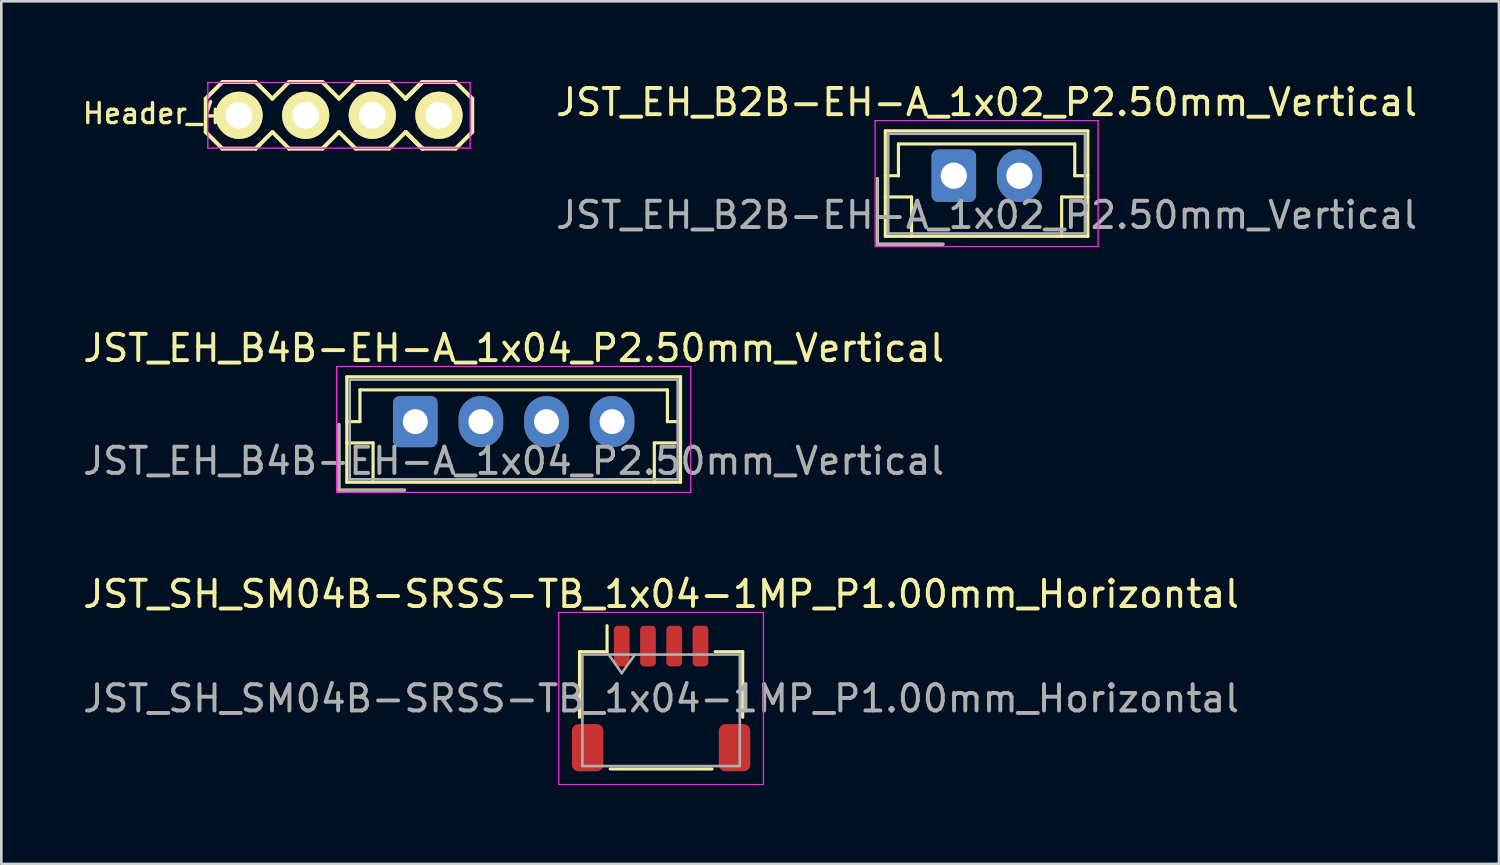
<source format=kicad_pcb>
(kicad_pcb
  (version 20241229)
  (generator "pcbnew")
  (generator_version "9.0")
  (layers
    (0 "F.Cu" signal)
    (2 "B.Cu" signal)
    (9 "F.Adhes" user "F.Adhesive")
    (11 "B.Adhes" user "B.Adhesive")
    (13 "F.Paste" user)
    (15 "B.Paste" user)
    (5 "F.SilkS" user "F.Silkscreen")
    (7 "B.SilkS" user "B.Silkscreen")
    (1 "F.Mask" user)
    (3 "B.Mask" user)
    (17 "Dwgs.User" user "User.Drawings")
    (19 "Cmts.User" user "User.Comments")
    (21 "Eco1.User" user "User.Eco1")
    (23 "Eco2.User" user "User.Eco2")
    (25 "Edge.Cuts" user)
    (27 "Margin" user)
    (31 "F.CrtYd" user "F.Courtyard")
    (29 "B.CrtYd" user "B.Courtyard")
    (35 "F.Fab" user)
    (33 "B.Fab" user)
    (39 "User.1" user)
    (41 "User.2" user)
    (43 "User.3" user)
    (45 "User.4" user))
  (footprint "JST_EH_B2B-EH-A_1x02_P2.50mm_Vertical"
    (layer "F.Cu")
    (at 33.306 3.648)
    (property "Reference" "JST_EH_B2B-EH-A_1x02_P2.50mm_Vertical" (at 1.25 -2.8 0) (layer "F.SilkS") (effects (font (size 1 1) (thickness 0.15))))
    (attr through_hole)
    (fp_line (start -2.91 0.11) (end -2.91 2.61) (stroke (width 0.12) (type solid)) (layer "F.SilkS"))
    (fp_line (start -2.91 2.61) (end -0.41 2.61) (stroke (width 0.12) (type solid)) (layer "F.SilkS"))
    (fp_line (start -2.61 -1.71) (end -2.61 2.31) (stroke (width 0.12) (type solid)) (layer "F.SilkS"))
    (fp_line (start -2.61 0) (end -2.11 0) (stroke (width 0.12) (type solid)) (layer "F.SilkS"))
    (fp_line (start -2.61 0.81) (end -1.61 0.81) (stroke (width 0.12) (type solid)) (layer "F.SilkS"))
    (fp_line (start -2.61 2.31) (end 5.11 2.31) (stroke (width 0.12) (type solid)) (layer "F.SilkS"))
    (fp_line (start -2.11 -1.21) (end 4.61 -1.21) (stroke (width 0.12) (type solid)) (layer "F.SilkS"))
    (fp_line (start -2.11 0) (end -2.11 -1.21) (stroke (width 0.12) (type solid)) (layer "F.SilkS"))
    (fp_line (start -1.61 0.81) (end -1.61 2.31) (stroke (width 0.12) (type solid)) (layer "F.SilkS"))
    (fp_line (start 4.11 0.81) (end 4.11 2.31) (stroke (width 0.12) (type solid)) (layer "F.SilkS"))
    (fp_line (start 4.61 -1.21) (end 4.61 0) (stroke (width 0.12) (type solid)) (layer "F.SilkS"))
    (fp_line (start 4.61 0) (end 5.11 0) (stroke (width 0.12) (type solid)) (layer "F.SilkS"))
    (fp_line (start 5.11 -1.71) (end -2.61 -1.71) (stroke (width 0.12) (type solid)) (layer "F.SilkS"))
    (fp_line (start 5.11 0.81) (end 4.11 0.81) (stroke (width 0.12) (type solid)) (layer "F.SilkS"))
    (fp_line (start 5.11 2.31) (end 5.11 -1.71) (stroke (width 0.12) (type solid)) (layer "F.SilkS"))
    (fp_line (start -3 -2.1) (end -3 2.7) (stroke (width 0.05) (type solid)) (layer "F.CrtYd"))
    (fp_line (start -3 2.7) (end 5.5 2.7) (stroke (width 0.05) (type solid)) (layer "F.CrtYd"))
    (fp_line (start 5.5 -2.1) (end -3 -2.1) (stroke (width 0.05) (type solid)) (layer "F.CrtYd"))
    (fp_line (start 5.5 2.7) (end 5.5 -2.1) (stroke (width 0.05) (type solid)) (layer "F.CrtYd"))
    (fp_line (start -2.91 0.11) (end -2.91 2.61) (stroke (width 0.1) (type solid)) (layer "F.Fab"))
    (fp_line (start -2.91 2.61) (end -0.41 2.61) (stroke (width 0.1) (type solid)) (layer "F.Fab"))
    (fp_line (start -2.5 -1.6) (end -2.5 2.2) (stroke (width 0.1) (type solid)) (layer "F.Fab"))
    (fp_line (start -2.5 2.2) (end 5 2.2) (stroke (width 0.1) (type solid)) (layer "F.Fab"))
    (fp_line (start 5 -1.6) (end -2.5 -1.6) (stroke (width 0.1) (type solid)) (layer "F.Fab"))
    (fp_line (start 5 2.2) (end 5 -1.6) (stroke (width 0.1) (type solid)) (layer "F.Fab"))
    (fp_text user "${REFERENCE}" (at 1.25 1.5 0) (layer "F.Fab") (effects (font (size 1 1) (thickness 0.15))))
    (pad "1" thru_hole roundrect (at 0 0) (size 1.7 2) (drill 1) (layers "*.Cu" "*.Mask") (roundrect_rratio 0.147))
    (pad "2" thru_hole oval (at 2.5 0) (size 1.7 2) (drill 1) (layers "*.Cu" "*.Mask")))
  (footprint "Header_4x1"
    (layer "F.Cu")
    (at 9.871 1.346)
    (property "Reference" "Header_4x1" (at -6.455 -0.07 0) (layer "F.SilkS") (effects (font (size 0.762 0.762) (thickness 0.127))))
    (attr smd)
    (fp_line (start -5.08 -0.635) (end -5.08 0.635) (stroke (width 0.15) (type solid)) (layer "F.SilkS"))
    (fp_line (start -5.08 0.635) (end -4.445 1.27) (stroke (width 0.152) (type solid)) (layer "F.SilkS"))
    (fp_line (start -4.445 -1.27) (end -5.08 -0.635) (stroke (width 0.152) (type solid)) (layer "F.SilkS"))
    (fp_line (start -4.445 1.27) (end -3.175 1.27) (stroke (width 0.152) (type solid)) (layer "F.SilkS"))
    (fp_line (start -3.175 -1.27) (end -4.445 -1.27) (stroke (width 0.152) (type solid)) (layer "F.SilkS"))
    (fp_line (start -3.175 1.27) (end -2.54 0.635) (stroke (width 0.152) (type solid)) (layer "F.SilkS"))
    (fp_line (start -2.54 -0.635) (end -3.175 -1.27) (stroke (width 0.152) (type solid)) (layer "F.SilkS"))
    (fp_line (start -2.54 0.635) (end -1.905 1.27) (stroke (width 0.152) (type solid)) (layer "F.SilkS"))
    (fp_line (start -1.905 -1.27) (end -2.54 -0.635) (stroke (width 0.152) (type solid)) (layer "F.SilkS"))
    (fp_line (start -1.905 1.27) (end -0.635 1.27) (stroke (width 0.152) (type solid)) (layer "F.SilkS"))
    (fp_line (start -0.635 -1.27) (end -1.905 -1.27) (stroke (width 0.152) (type solid)) (layer "F.SilkS"))
    (fp_line (start -0.635 1.27) (end 0 0.635) (stroke (width 0.152) (type solid)) (layer "F.SilkS"))
    (fp_line (start 0 -0.635) (end -0.635 -1.27) (stroke (width 0.152) (type solid)) (layer "F.SilkS"))
    (fp_line (start 0 -0.635) (end 0.635 -1.27) (stroke (width 0.15) (type solid)) (layer "F.SilkS"))
    (fp_line (start 0.635 -1.27) (end 1.905 -1.27) (stroke (width 0.15) (type solid)) (layer "F.SilkS"))
    (fp_line (start 0.635 1.27) (end 0 0.635) (stroke (width 0.15) (type solid)) (layer "F.SilkS"))
    (fp_line (start 1.905 -1.27) (end 2.54 -0.635) (stroke (width 0.15) (type solid)) (layer "F.SilkS"))
    (fp_line (start 1.905 1.27) (end 0.635 1.27) (stroke (width 0.15) (type solid)) (layer "F.SilkS"))
    (fp_line (start 2.54 0.635) (end 1.905 1.27) (stroke (width 0.15) (type solid)) (layer "F.SilkS"))
    (fp_line (start 2.54 0.635) (end 3.175 1.27) (stroke (width 0.152) (type solid)) (layer "F.SilkS"))
    (fp_line (start 2.54 0.635) (end 3.175 1.27) (stroke (width 0.152) (type solid)) (layer "F.SilkS"))
    (fp_line (start 2.54 0.635) (end 3.175 1.27) (stroke (width 0.152) (type solid)) (layer "F.SilkS"))
    (fp_line (start 2.54 0.635) (end 3.175 1.27) (stroke (width 0.152) (type solid)) (layer "F.SilkS"))
    (fp_line (start 3.175 -1.27) (end 2.54 -0.635) (stroke (width 0.152) (type solid)) (layer "F.SilkS"))
    (fp_line (start 3.175 -1.27) (end 2.54 -0.635) (stroke (width 0.152) (type solid)) (layer "F.SilkS"))
    (fp_line (start 3.175 -1.27) (end 2.54 -0.635) (stroke (width 0.152) (type solid)) (layer "F.SilkS"))
    (fp_line (start 3.175 -1.27) (end 2.54 -0.635) (stroke (width 0.152) (type solid)) (layer "F.SilkS"))
    (fp_line (start 3.175 -1.27) (end 4.445 -1.27) (stroke (width 0.15) (type solid)) (layer "F.SilkS"))
    (fp_line (start 4.445 -1.27) (end 5.08 -0.635) (stroke (width 0.15) (type solid)) (layer "F.SilkS"))
    (fp_line (start 4.445 1.27) (end 3.175 1.27) (stroke (width 0.15) (type solid)) (layer "F.SilkS"))
    (fp_line (start 5.08 -0.635) (end 5.08 0.635) (stroke (width 0.15) (type solid)) (layer "F.SilkS"))
    (fp_line (start 5.08 0.635) (end 4.445 1.27) (stroke (width 0.15) (type solid)) (layer "F.SilkS"))
    (fp_line (start -5 -1.25) (end 5 -1.25) (stroke (width 0.05) (type solid)) (layer "F.CrtYd"))
    (fp_line (start -5 1.25) (end -5 -1.25) (stroke (width 0.05) (type solid)) (layer "F.CrtYd"))
    (fp_line (start 5 -1.25) (end 5 1.25) (stroke (width 0.05) (type solid)) (layer "F.CrtYd"))
    (fp_line (start 5 1.25) (end -5 1.25) (stroke (width 0.05) (type solid)) (layer "F.CrtYd"))
    (pad "1" thru_hole circle (at -3.81 0) (size 1.8 1.8) (drill 1.02) (layers "*.Cu" "*.Mask" "F.SilkS"))
    (pad "2" thru_hole circle (at -1.27 0) (size 1.8 1.8) (drill 1.02) (layers "*.Cu" "*.Mask" "F.SilkS"))
    (pad "3" thru_hole circle (at 1.27 0) (size 1.8 1.8) (drill 1.02) (layers "*.Cu" "*.Mask" "F.SilkS"))
    (pad "4" thru_hole circle (at 3.81 0) (size 1.8 1.8) (drill 1.02) (layers "*.Cu" "*.Mask" "F.SilkS")))
  (footprint "JST_SH_SM04B-SRSS-TB_1x04-1MP_P1.00mm_Horizontal"
    (layer "F.Cu")
    (at 22.149 23.575)
    (property "Reference" "JST_SH_SM04B-SRSS-TB_1x04-1MP_P1.00mm_Horizontal" (at 0 -3.98 0) (layer "F.SilkS") (effects (font (size 1 1) (thickness 0.15))))
    (attr smd)
    (fp_line (start -3.11 -1.785) (end -2.06 -1.785) (stroke (width 0.12) (type solid)) (layer "F.SilkS"))
    (fp_line (start -3.11 0.715) (end -3.11 -1.785) (stroke (width 0.12) (type solid)) (layer "F.SilkS"))
    (fp_line (start -2.06 -1.785) (end -2.06 -2.775) (stroke (width 0.12) (type solid)) (layer "F.SilkS"))
    (fp_line (start -1.94 2.685) (end 1.94 2.685) (stroke (width 0.12) (type solid)) (layer "F.SilkS"))
    (fp_line (start 3.11 -1.785) (end 2.06 -1.785) (stroke (width 0.12) (type solid)) (layer "F.SilkS"))
    (fp_line (start 3.11 0.715) (end 3.11 -1.785) (stroke (width 0.12) (type solid)) (layer "F.SilkS"))
    (fp_line (start -3.9 -3.28) (end -3.9 3.28) (stroke (width 0.05) (type solid)) (layer "F.CrtYd"))
    (fp_line (start -3.9 3.28) (end 3.9 3.28) (stroke (width 0.05) (type solid)) (layer "F.CrtYd"))
    (fp_line (start 3.9 -3.28) (end -3.9 -3.28) (stroke (width 0.05) (type solid)) (layer "F.CrtYd"))
    (fp_line (start 3.9 3.28) (end 3.9 -3.28) (stroke (width 0.05) (type solid)) (layer "F.CrtYd"))
    (fp_line (start -3 -1.675) (end -3 2.575) (stroke (width 0.1) (type solid)) (layer "F.Fab"))
    (fp_line (start -3 -1.675) (end 3 -1.675) (stroke (width 0.1) (type solid)) (layer "F.Fab"))
    (fp_line (start -3 2.575) (end 3 2.575) (stroke (width 0.1) (type solid)) (layer "F.Fab"))
    (fp_line (start -2 -1.675) (end -1.5 -0.968) (stroke (width 0.1) (type solid)) (layer "F.Fab"))
    (fp_line (start -1.5 -0.968) (end -1 -1.675) (stroke (width 0.1) (type solid)) (layer "F.Fab"))
    (fp_line (start 3 -1.675) (end 3 2.575) (stroke (width 0.1) (type solid)) (layer "F.Fab"))
    (fp_text user "${REFERENCE}" (at 0 0 0) (layer "F.Fab") (effects (font (size 1 1) (thickness 0.15))))
    (pad "1" smd roundrect (at -1.5 -2) (size 0.6 1.55) (layers "F.Cu" "F.Mask" "F.Paste") (roundrect_rratio 0.25))
    (pad "2" smd roundrect (at -0.5 -2) (size 0.6 1.55) (layers "F.Cu" "F.Mask" "F.Paste") (roundrect_rratio 0.25))
    (pad "3" smd roundrect (at 0.5 -2) (size 0.6 1.55) (layers "F.Cu" "F.Mask" "F.Paste") (roundrect_rratio 0.25))
    (pad "4" smd roundrect (at 1.5 -2) (size 0.6 1.55) (layers "F.Cu" "F.Mask" "F.Paste") (roundrect_rratio 0.25))
    (pad "MP" smd roundrect (at -2.8 1.875) (size 1.2 1.8) (layers "F.Cu" "F.Mask" "F.Paste") (roundrect_rratio 0.208))
    (pad "MP" smd roundrect (at 2.8 1.875) (size 1.2 1.8) (layers "F.Cu" "F.Mask" "F.Paste") (roundrect_rratio 0.208)))
  (footprint "JST_EH_B4B-EH-A_1x04_P2.50mm_Vertical"
    (layer "F.Cu")
    (at 12.78 13.021)
    (property "Reference" "JST_EH_B4B-EH-A_1x04_P2.50mm_Vertical" (at 3.75 -2.8 0) (layer "F.SilkS") (effects (font (size 1 1) (thickness 0.15))))
    (attr through_hole)
    (fp_line (start -2.91 0.11) (end -2.91 2.61) (stroke (width 0.12) (type solid)) (layer "F.SilkS"))
    (fp_line (start -2.91 2.61) (end -0.41 2.61) (stroke (width 0.12) (type solid)) (layer "F.SilkS"))
    (fp_line (start -2.61 -1.71) (end -2.61 2.31) (stroke (width 0.12) (type solid)) (layer "F.SilkS"))
    (fp_line (start -2.61 0) (end -2.11 0) (stroke (width 0.12) (type solid)) (layer "F.SilkS"))
    (fp_line (start -2.61 0.81) (end -1.61 0.81) (stroke (width 0.12) (type solid)) (layer "F.SilkS"))
    (fp_line (start -2.61 2.31) (end 10.11 2.31) (stroke (width 0.12) (type solid)) (layer "F.SilkS"))
    (fp_line (start -2.11 -1.21) (end 9.61 -1.21) (stroke (width 0.12) (type solid)) (layer "F.SilkS"))
    (fp_line (start -2.11 0) (end -2.11 -1.21) (stroke (width 0.12) (type solid)) (layer "F.SilkS"))
    (fp_line (start -1.61 0.81) (end -1.61 2.31) (stroke (width 0.12) (type solid)) (layer "F.SilkS"))
    (fp_line (start 9.11 0.81) (end 9.11 2.31) (stroke (width 0.12) (type solid)) (layer "F.SilkS"))
    (fp_line (start 9.61 -1.21) (end 9.61 0) (stroke (width 0.12) (type solid)) (layer "F.SilkS"))
    (fp_line (start 9.61 0) (end 10.11 0) (stroke (width 0.12) (type solid)) (layer "F.SilkS"))
    (fp_line (start 10.11 -1.71) (end -2.61 -1.71) (stroke (width 0.12) (type solid)) (layer "F.SilkS"))
    (fp_line (start 10.11 0.81) (end 9.11 0.81) (stroke (width 0.12) (type solid)) (layer "F.SilkS"))
    (fp_line (start 10.11 2.31) (end 10.11 -1.71) (stroke (width 0.12) (type solid)) (layer "F.SilkS"))
    (fp_line (start -3 -2.1) (end -3 2.7) (stroke (width 0.05) (type solid)) (layer "F.CrtYd"))
    (fp_line (start -3 2.7) (end 10.5 2.7) (stroke (width 0.05) (type solid)) (layer "F.CrtYd"))
    (fp_line (start 10.5 -2.1) (end -3 -2.1) (stroke (width 0.05) (type solid)) (layer "F.CrtYd"))
    (fp_line (start 10.5 2.7) (end 10.5 -2.1) (stroke (width 0.05) (type solid)) (layer "F.CrtYd"))
    (fp_line (start -2.91 0.11) (end -2.91 2.61) (stroke (width 0.1) (type solid)) (layer "F.Fab"))
    (fp_line (start -2.91 2.61) (end -0.41 2.61) (stroke (width 0.1) (type solid)) (layer "F.Fab"))
    (fp_line (start -2.5 -1.6) (end -2.5 2.2) (stroke (width 0.1) (type solid)) (layer "F.Fab"))
    (fp_line (start -2.5 2.2) (end 10 2.2) (stroke (width 0.1) (type solid)) (layer "F.Fab"))
    (fp_line (start 10 -1.6) (end -2.5 -1.6) (stroke (width 0.1) (type solid)) (layer "F.Fab"))
    (fp_line (start 10 2.2) (end 10 -1.6) (stroke (width 0.1) (type solid)) (layer "F.Fab"))
    (fp_text user "${REFERENCE}" (at 3.75 1.5 0) (layer "F.Fab") (effects (font (size 1 1) (thickness 0.15))))
    (pad "1" thru_hole roundrect (at 0 0) (size 1.7 1.95) (drill 0.95) (layers "*.Cu" "*.Mask") (roundrect_rratio 0.147))
    (pad "2" thru_hole oval (at 2.5 0) (size 1.7 1.95) (drill 0.95) (layers "*.Cu" "*.Mask"))
    (pad "3" thru_hole oval (at 5 0) (size 1.7 1.95) (drill 0.95) (layers "*.Cu" "*.Mask"))
    (pad "4" thru_hole oval (at 7.5 0) (size 1.7 1.95) (drill 0.95) (layers "*.Cu" "*.Mask")))
  (gr_rect
    (start -3 -3)
    (end 54.086 29.88)
    (stroke (width 0.1) (type default))
    (fill no)
    (layer "Edge.Cuts")))
</source>
